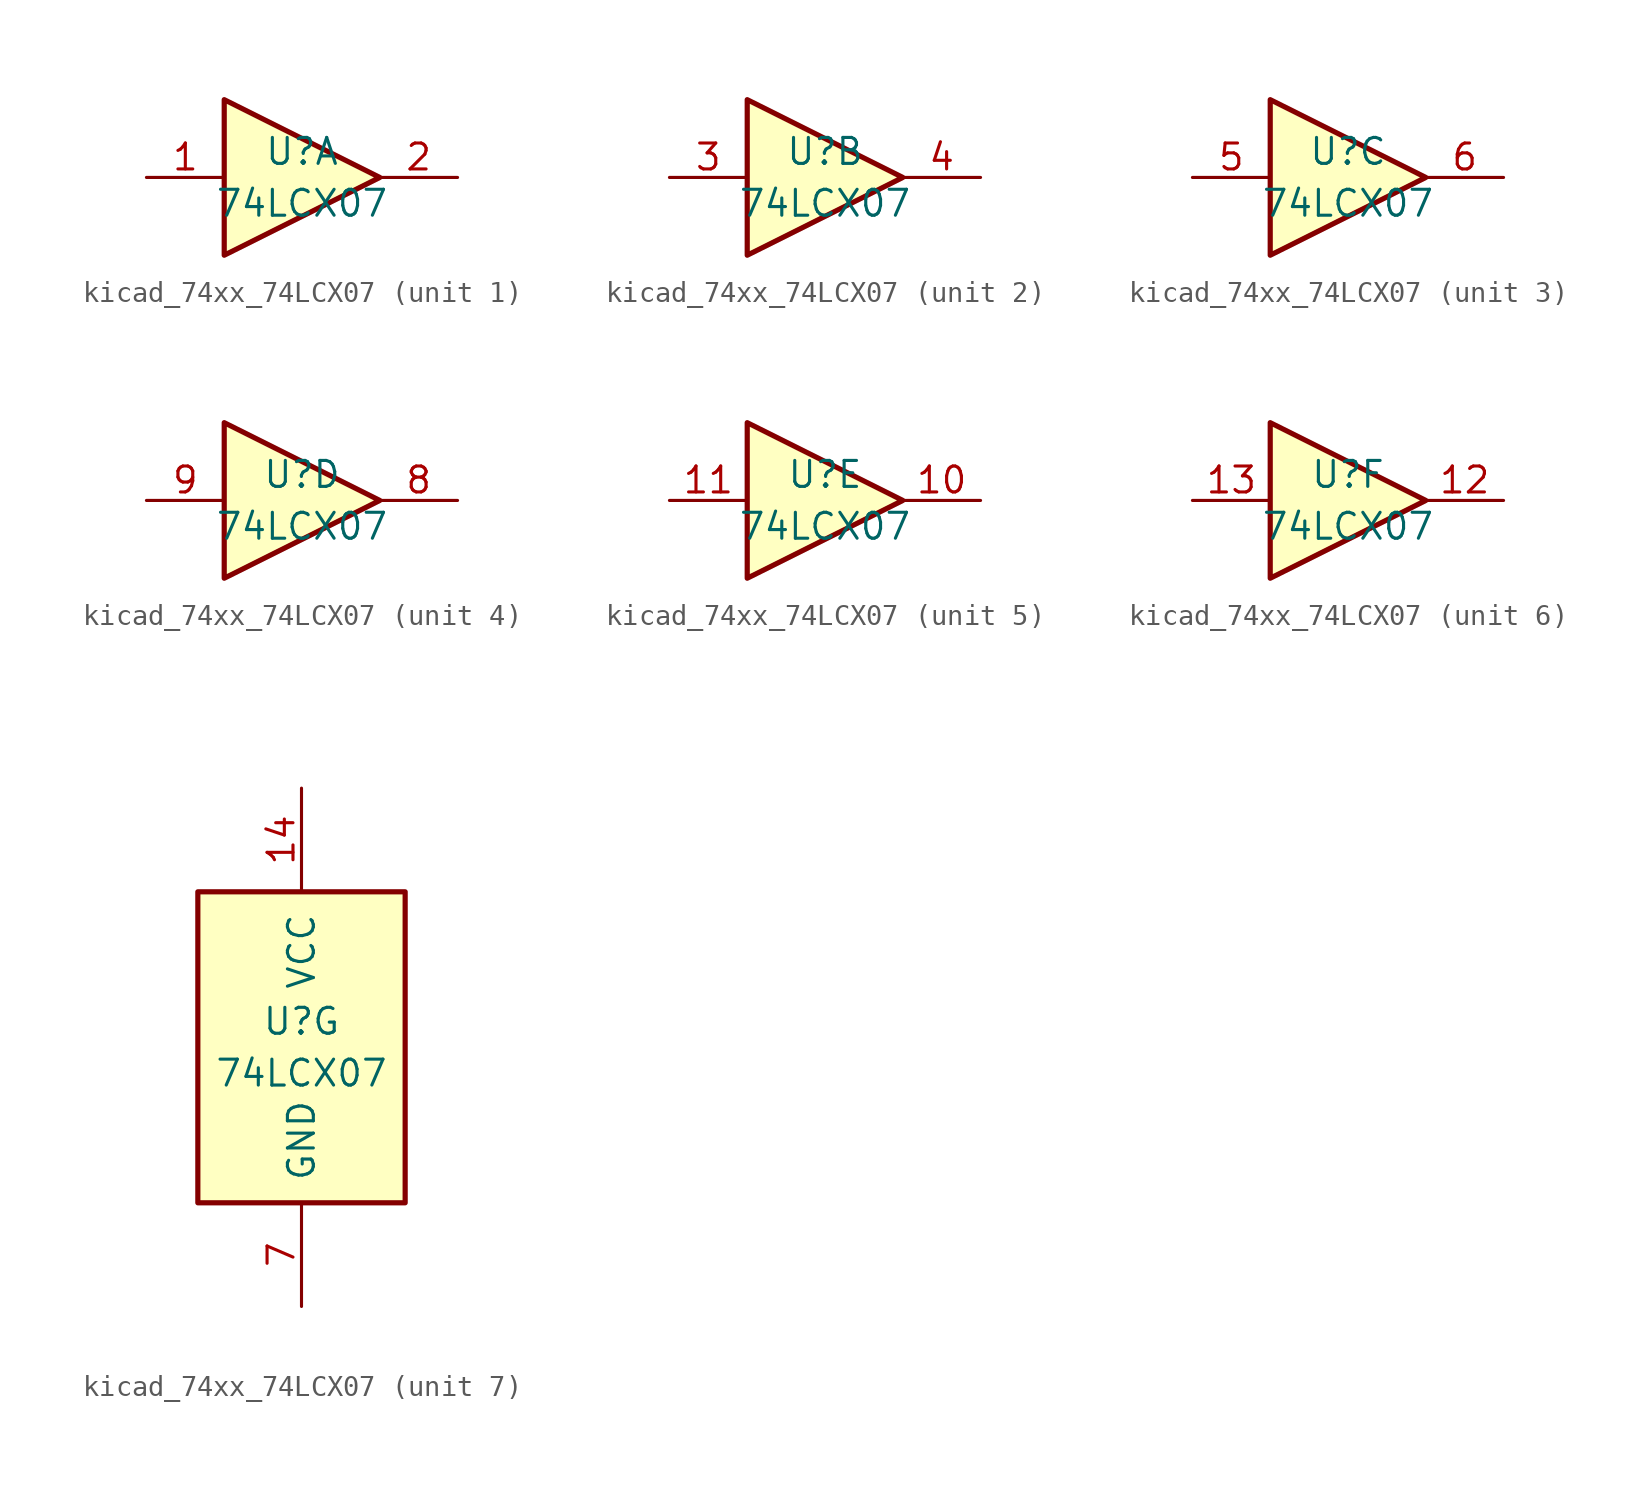
<source format=kicad_sym>
(kicad_symbol_lib
  (version 20220914)
  (generator kicad_symbol_editor)
  (symbol "kicad_74xx_74LCX07"
    (pin_names
      (offset 1.016))
    (property "Reference" "U"
      (at 0 1.27 0)
      (effects (font (size 1.27 1.27))))
    (property "Value" "74LCX07"
      (at 0 -1.27 0)
      (effects (font (size 1.27 1.27))))
    (property "ki_locked" ""
      (at 0 0 0)
      (effects (font (size 1.27 1.27))))
    (symbol "kicad_74xx_74LCX07_1_0"
      (polyline (pts (xy -3.81 3.81) (xy -3.81 -3.81) (xy 3.81 0) (xy -3.81 3.81)) (stroke (width 0.254) (type default)) (fill (type background)))
      (pin input line (at -7.62 0 0) (length 3.81) (name "~" (effects (font (size 1.27 1.27)))) (number "1" (effects (font (size 1.27 1.27)))))
      (pin open_collector line (at 7.62 0 180) (length 3.81) (name "~" (effects (font (size 1.27 1.27)))) (number "2" (effects (font (size 1.27 1.27))))))
    (symbol "kicad_74xx_74LCX07_2_0"
      (polyline (pts (xy -3.81 3.81) (xy -3.81 -3.81) (xy 3.81 0) (xy -3.81 3.81)) (stroke (width 0.254) (type default)) (fill (type background)))
      (pin input line (at -7.62 0 0) (length 3.81) (name "~" (effects (font (size 1.27 1.27)))) (number "3" (effects (font (size 1.27 1.27)))))
      (pin open_collector line (at 7.62 0 180) (length 3.81) (name "~" (effects (font (size 1.27 1.27)))) (number "4" (effects (font (size 1.27 1.27))))))
    (symbol "kicad_74xx_74LCX07_3_0"
      (polyline (pts (xy -3.81 3.81) (xy -3.81 -3.81) (xy 3.81 0) (xy -3.81 3.81)) (stroke (width 0.254) (type default)) (fill (type background)))
      (pin input line (at -7.62 0 0) (length 3.81) (name "~" (effects (font (size 1.27 1.27)))) (number "5" (effects (font (size 1.27 1.27)))))
      (pin open_collector line (at 7.62 0 180) (length 3.81) (name "~" (effects (font (size 1.27 1.27)))) (number "6" (effects (font (size 1.27 1.27))))))
    (symbol "kicad_74xx_74LCX07_4_0"
      (polyline (pts (xy -3.81 3.81) (xy -3.81 -3.81) (xy 3.81 0) (xy -3.81 3.81)) (stroke (width 0.254) (type default)) (fill (type background)))
      (pin open_collector line (at 7.62 0 180) (length 3.81) (name "~" (effects (font (size 1.27 1.27)))) (number "8" (effects (font (size 1.27 1.27)))))
      (pin input line (at -7.62 0 0) (length 3.81) (name "~" (effects (font (size 1.27 1.27)))) (number "9" (effects (font (size 1.27 1.27))))))
    (symbol "kicad_74xx_74LCX07_5_0"
      (polyline (pts (xy -3.81 3.81) (xy -3.81 -3.81) (xy 3.81 0) (xy -3.81 3.81)) (stroke (width 0.254) (type default)) (fill (type background)))
      (pin open_collector line (at 7.62 0 180) (length 3.81) (name "~" (effects (font (size 1.27 1.27)))) (number "10" (effects (font (size 1.27 1.27)))))
      (pin input line (at -7.62 0 0) (length 3.81) (name "~" (effects (font (size 1.27 1.27)))) (number "11" (effects (font (size 1.27 1.27))))))
    (symbol "kicad_74xx_74LCX07_6_0"
      (polyline (pts (xy -3.81 3.81) (xy -3.81 -3.81) (xy 3.81 0) (xy -3.81 3.81)) (stroke (width 0.254) (type default)) (fill (type background)))
      (pin open_collector line (at 7.62 0 180) (length 3.81) (name "~" (effects (font (size 1.27 1.27)))) (number "12" (effects (font (size 1.27 1.27)))))
      (pin input line (at -7.62 0 0) (length 3.81) (name "~" (effects (font (size 1.27 1.27)))) (number "13" (effects (font (size 1.27 1.27))))))
    (symbol "kicad_74xx_74LCX07_7_0"
      (pin power_in line (at 0 12.7 270) (length 5.08) (name "VCC" (effects (font (size 1.27 1.27)))) (number "14" (effects (font (size 1.27 1.27)))))
      (pin power_in line (at 0 -12.7 90) (length 5.08) (name "GND" (effects (font (size 1.27 1.27)))) (number "7" (effects (font (size 1.27 1.27))))))
    (symbol "kicad_74xx_74LCX07_7_1"
      (rectangle (start -5.08 7.62) (end 5.08 -7.62) (stroke (width 0.254) (type default)) (fill (type background))))))
</source>
